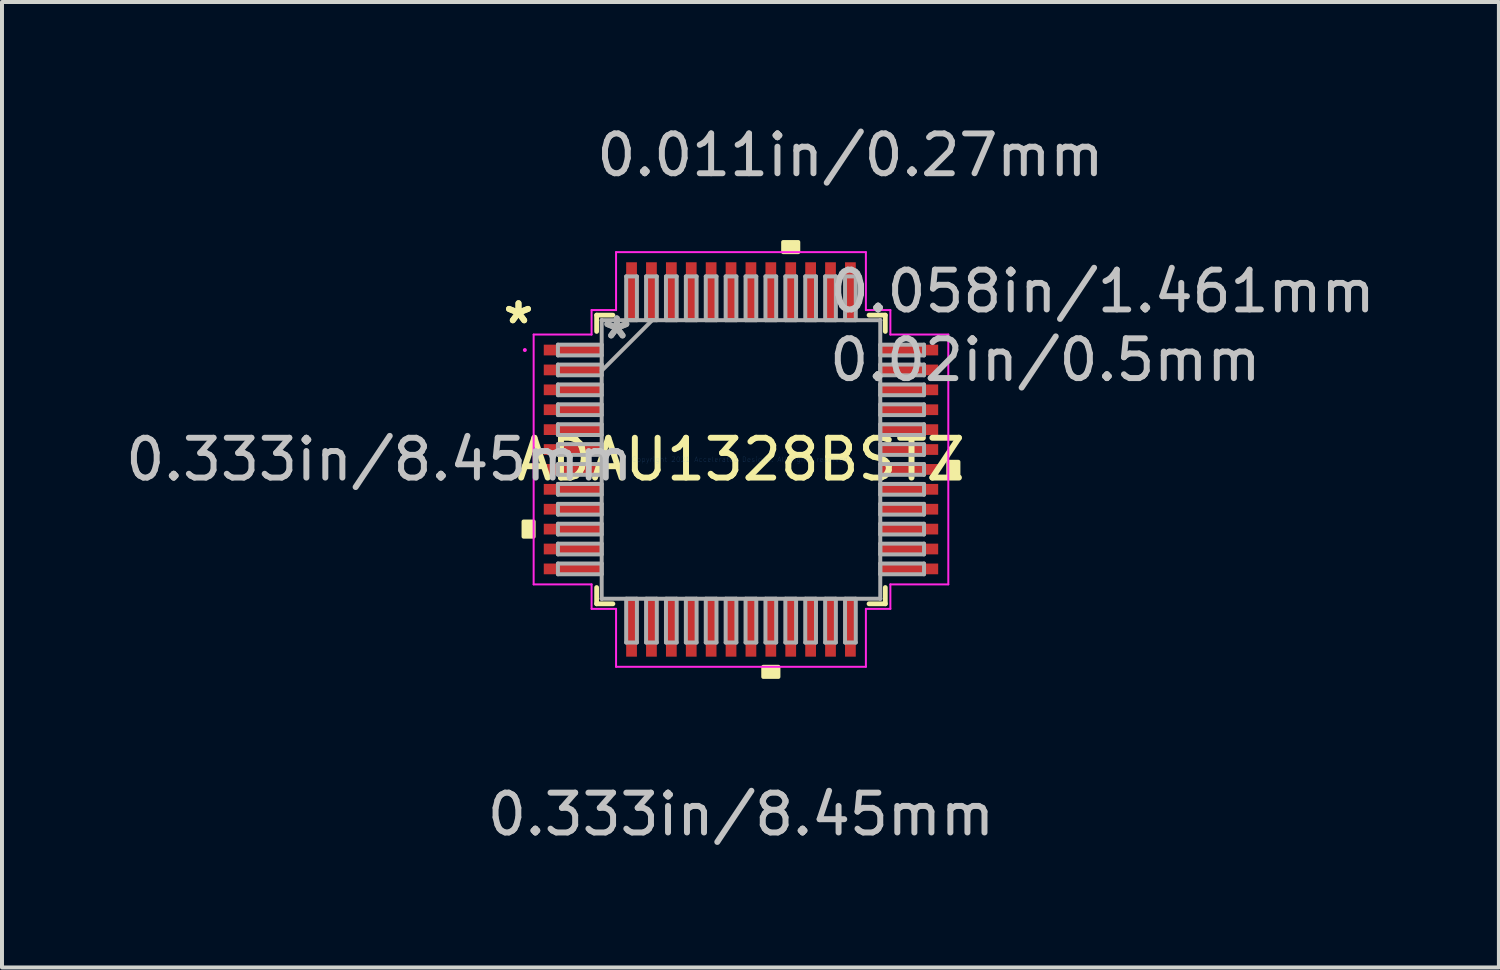
<source format=kicad_pcb>
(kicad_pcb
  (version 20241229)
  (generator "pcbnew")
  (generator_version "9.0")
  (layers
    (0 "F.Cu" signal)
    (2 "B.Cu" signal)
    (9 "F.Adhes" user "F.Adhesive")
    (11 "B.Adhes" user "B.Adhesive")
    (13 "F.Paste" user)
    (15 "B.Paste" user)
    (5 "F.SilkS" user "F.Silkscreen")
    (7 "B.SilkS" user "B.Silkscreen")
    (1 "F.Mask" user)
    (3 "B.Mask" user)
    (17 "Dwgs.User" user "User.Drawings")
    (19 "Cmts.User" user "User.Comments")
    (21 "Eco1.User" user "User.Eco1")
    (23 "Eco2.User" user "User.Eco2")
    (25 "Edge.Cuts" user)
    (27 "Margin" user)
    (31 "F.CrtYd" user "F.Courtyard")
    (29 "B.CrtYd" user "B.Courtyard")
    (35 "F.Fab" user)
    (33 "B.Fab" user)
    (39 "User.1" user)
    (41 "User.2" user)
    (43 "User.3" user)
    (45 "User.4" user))
  (footprint "ADAU1328BSTZ"
    (layer "F.Cu")
    (at 15.57 8.496)
    (property "Reference" "ADAU1328BSTZ" (at 0 0 0) (layer "F.SilkS") (effects (font (size 1 1) (thickness 0.15))))
    (attr through_hole)
    (fp_line (start -3.627 -3.627) (end -3.627 -3.218) (stroke (width 0.12) (type solid)) (layer "F.SilkS"))
    (fp_line (start -3.627 3.218) (end -3.627 3.627) (stroke (width 0.12) (type solid)) (layer "F.SilkS"))
    (fp_line (start -3.627 3.627) (end -3.218 3.627) (stroke (width 0.12) (type solid)) (layer "F.SilkS"))
    (fp_line (start -3.218 -3.627) (end -3.627 -3.627) (stroke (width 0.12) (type solid)) (layer "F.SilkS"))
    (fp_line (start 3.218 3.627) (end 3.627 3.627) (stroke (width 0.12) (type solid)) (layer "F.SilkS"))
    (fp_line (start 3.627 -3.627) (end 3.218 -3.627) (stroke (width 0.12) (type solid)) (layer "F.SilkS"))
    (fp_line (start 3.627 -3.218) (end 3.627 -3.627) (stroke (width 0.12) (type solid)) (layer "F.SilkS"))
    (fp_line (start 3.627 3.627) (end 3.627 3.218) (stroke (width 0.12) (type solid)) (layer "F.SilkS"))
    (fp_poly (pts (xy -5.464 1.559) (xy -5.464 1.94) (xy -5.21 1.94) (xy -5.21 1.559)) (stroke (width 0.1) (type solid)) (fill yes) (layer "F.SilkS"))
    (fp_poly (pts (xy 0.56 5.21) (xy 0.56 5.464) (xy 0.941 5.464) (xy 0.941 5.21)) (stroke (width 0.1) (type solid)) (fill yes) (layer "F.SilkS"))
    (fp_poly (pts (xy 1.06 -5.21) (xy 1.06 -5.464) (xy 1.44 -5.464) (xy 1.44 -5.21)) (stroke (width 0.1) (type solid)) (fill yes) (layer "F.SilkS"))
    (fp_poly (pts (xy 5.464 0.059) (xy 5.464 0.441) (xy 5.21 0.441) (xy 5.21 0.059)) (stroke (width 0.1) (type solid)) (fill yes) (layer "F.SilkS"))
    (fp_line (start -5.21 -3.139) (end -3.754 -3.139) (stroke (width 0.05) (type solid)) (layer "F.CrtYd"))
    (fp_line (start -5.21 3.139) (end -5.21 -3.139) (stroke (width 0.05) (type solid)) (layer "F.CrtYd"))
    (fp_line (start -3.754 -3.754) (end -3.139 -3.754) (stroke (width 0.05) (type solid)) (layer "F.CrtYd"))
    (fp_line (start -3.754 -3.139) (end -3.754 -3.754) (stroke (width 0.05) (type solid)) (layer "F.CrtYd"))
    (fp_line (start -3.754 3.139) (end -5.21 3.139) (stroke (width 0.05) (type solid)) (layer "F.CrtYd"))
    (fp_line (start -3.754 3.754) (end -3.754 3.139) (stroke (width 0.05) (type solid)) (layer "F.CrtYd"))
    (fp_line (start -3.139 -5.21) (end 3.139 -5.21) (stroke (width 0.05) (type solid)) (layer "F.CrtYd"))
    (fp_line (start -3.139 -3.754) (end -3.139 -5.21) (stroke (width 0.05) (type solid)) (layer "F.CrtYd"))
    (fp_line (start -3.139 3.754) (end -3.754 3.754) (stroke (width 0.05) (type solid)) (layer "F.CrtYd"))
    (fp_line (start -3.139 5.21) (end -3.139 3.754) (stroke (width 0.05) (type solid)) (layer "F.CrtYd"))
    (fp_line (start 3.139 -5.21) (end 3.139 -3.754) (stroke (width 0.05) (type solid)) (layer "F.CrtYd"))
    (fp_line (start 3.139 -3.754) (end 3.754 -3.754) (stroke (width 0.05) (type solid)) (layer "F.CrtYd"))
    (fp_line (start 3.139 3.754) (end 3.139 5.21) (stroke (width 0.05) (type solid)) (layer "F.CrtYd"))
    (fp_line (start 3.139 5.21) (end -3.139 5.21) (stroke (width 0.05) (type solid)) (layer "F.CrtYd"))
    (fp_line (start 3.754 -3.754) (end 3.754 -3.139) (stroke (width 0.05) (type solid)) (layer "F.CrtYd"))
    (fp_line (start 3.754 -3.139) (end 5.21 -3.139) (stroke (width 0.05) (type solid)) (layer "F.CrtYd"))
    (fp_line (start 3.754 3.139) (end 3.754 3.754) (stroke (width 0.05) (type solid)) (layer "F.CrtYd"))
    (fp_line (start 3.754 3.754) (end 3.139 3.754) (stroke (width 0.05) (type solid)) (layer "F.CrtYd"))
    (fp_line (start 5.21 -3.139) (end 5.21 3.139) (stroke (width 0.05) (type solid)) (layer "F.CrtYd"))
    (fp_line (start 5.21 3.139) (end 3.754 3.139) (stroke (width 0.05) (type solid)) (layer "F.CrtYd"))
    (fp_circle (center -5.431 -2.75) (end -5.431 -2.75) (stroke (width 0.05) (type solid)) (fill no) (layer "F.CrtYd"))
    (fp_line (start -4.6 -2.885) (end -4.6 -2.615) (stroke (width 0.1) (type solid)) (layer "F.Fab"))
    (fp_line (start -4.6 -2.615) (end -3.5 -2.615) (stroke (width 0.1) (type solid)) (layer "F.Fab"))
    (fp_line (start -4.6 -2.385) (end -4.6 -2.115) (stroke (width 0.1) (type solid)) (layer "F.Fab"))
    (fp_line (start -4.6 -2.115) (end -3.5 -2.115) (stroke (width 0.1) (type solid)) (layer "F.Fab"))
    (fp_line (start -4.6 -1.885) (end -4.6 -1.615) (stroke (width 0.1) (type solid)) (layer "F.Fab"))
    (fp_line (start -4.6 -1.615) (end -3.5 -1.615) (stroke (width 0.1) (type solid)) (layer "F.Fab"))
    (fp_line (start -4.6 -1.385) (end -4.6 -1.115) (stroke (width 0.1) (type solid)) (layer "F.Fab"))
    (fp_line (start -4.6 -1.115) (end -3.5 -1.115) (stroke (width 0.1) (type solid)) (layer "F.Fab"))
    (fp_line (start -4.6 -0.885) (end -4.6 -0.615) (stroke (width 0.1) (type solid)) (layer "F.Fab"))
    (fp_line (start -4.6 -0.615) (end -3.5 -0.615) (stroke (width 0.1) (type solid)) (layer "F.Fab"))
    (fp_line (start -4.6 -0.385) (end -4.6 -0.115) (stroke (width 0.1) (type solid)) (layer "F.Fab"))
    (fp_line (start -4.6 -0.115) (end -3.5 -0.115) (stroke (width 0.1) (type solid)) (layer "F.Fab"))
    (fp_line (start -4.6 0.115) (end -4.6 0.385) (stroke (width 0.1) (type solid)) (layer "F.Fab"))
    (fp_line (start -4.6 0.385) (end -3.5 0.385) (stroke (width 0.1) (type solid)) (layer "F.Fab"))
    (fp_line (start -4.6 0.615) (end -4.6 0.885) (stroke (width 0.1) (type solid)) (layer "F.Fab"))
    (fp_line (start -4.6 0.885) (end -3.5 0.885) (stroke (width 0.1) (type solid)) (layer "F.Fab"))
    (fp_line (start -4.6 1.115) (end -4.6 1.385) (stroke (width 0.1) (type solid)) (layer "F.Fab"))
    (fp_line (start -4.6 1.385) (end -3.5 1.385) (stroke (width 0.1) (type solid)) (layer "F.Fab"))
    (fp_line (start -4.6 1.615) (end -4.6 1.885) (stroke (width 0.1) (type solid)) (layer "F.Fab"))
    (fp_line (start -4.6 1.885) (end -3.5 1.885) (stroke (width 0.1) (type solid)) (layer "F.Fab"))
    (fp_line (start -4.6 2.115) (end -4.6 2.385) (stroke (width 0.1) (type solid)) (layer "F.Fab"))
    (fp_line (start -4.6 2.385) (end -3.5 2.385) (stroke (width 0.1) (type solid)) (layer "F.Fab"))
    (fp_line (start -4.6 2.615) (end -4.6 2.885) (stroke (width 0.1) (type solid)) (layer "F.Fab"))
    (fp_line (start -4.6 2.885) (end -3.5 2.885) (stroke (width 0.1) (type solid)) (layer "F.Fab"))
    (fp_line (start -3.5 -3.5) (end -3.5 -3.5) (stroke (width 0.1) (type solid)) (layer "F.Fab"))
    (fp_line (start -3.5 -3.5) (end -3.5 3.5) (stroke (width 0.1) (type solid)) (layer "F.Fab"))
    (fp_line (start -3.5 3.5) (end -3.5 3.5) (stroke (width 0.1) (type solid)) (layer "F.Fab"))
    (fp_line (start -3.5 3.5) (end 3.5 3.5) (stroke (width 0.1) (type solid)) (layer "F.Fab"))
    (fp_line (start -3.5 -2.885) (end -4.6 -2.885) (stroke (width 0.1) (type solid)) (layer "F.Fab"))
    (fp_line (start -3.5 -2.615) (end -3.5 -2.885) (stroke (width 0.1) (type solid)) (layer "F.Fab"))
    (fp_line (start -3.5 -2.385) (end -4.6 -2.385) (stroke (width 0.1) (type solid)) (layer "F.Fab"))
    (fp_line (start -3.5 -2.23) (end -2.23 -3.5) (stroke (width 0.1) (type solid)) (layer "F.Fab"))
    (fp_line (start -3.5 -2.115) (end -3.5 -2.385) (stroke (width 0.1) (type solid)) (layer "F.Fab"))
    (fp_line (start -3.5 -1.885) (end -4.6 -1.885) (stroke (width 0.1) (type solid)) (layer "F.Fab"))
    (fp_line (start -3.5 -1.615) (end -3.5 -1.885) (stroke (width 0.1) (type solid)) (layer "F.Fab"))
    (fp_line (start -3.5 -1.385) (end -4.6 -1.385) (stroke (width 0.1) (type solid)) (layer "F.Fab"))
    (fp_line (start -3.5 -1.115) (end -3.5 -1.385) (stroke (width 0.1) (type solid)) (layer "F.Fab"))
    (fp_line (start -3.5 -0.885) (end -4.6 -0.885) (stroke (width 0.1) (type solid)) (layer "F.Fab"))
    (fp_line (start -3.5 -0.615) (end -3.5 -0.885) (stroke (width 0.1) (type solid)) (layer "F.Fab"))
    (fp_line (start -3.5 -0.385) (end -4.6 -0.385) (stroke (width 0.1) (type solid)) (layer "F.Fab"))
    (fp_line (start -3.5 -0.115) (end -3.5 -0.385) (stroke (width 0.1) (type solid)) (layer "F.Fab"))
    (fp_line (start -3.5 0.115) (end -4.6 0.115) (stroke (width 0.1) (type solid)) (layer "F.Fab"))
    (fp_line (start -3.5 0.385) (end -3.5 0.115) (stroke (width 0.1) (type solid)) (layer "F.Fab"))
    (fp_line (start -3.5 0.615) (end -4.6 0.615) (stroke (width 0.1) (type solid)) (layer "F.Fab"))
    (fp_line (start -3.5 0.885) (end -3.5 0.615) (stroke (width 0.1) (type solid)) (layer "F.Fab"))
    (fp_line (start -3.5 1.115) (end -4.6 1.115) (stroke (width 0.1) (type solid)) (layer "F.Fab"))
    (fp_line (start -3.5 1.385) (end -3.5 1.115) (stroke (width 0.1) (type solid)) (layer "F.Fab"))
    (fp_line (start -3.5 1.615) (end -4.6 1.615) (stroke (width 0.1) (type solid)) (layer "F.Fab"))
    (fp_line (start -3.5 1.885) (end -3.5 1.615) (stroke (width 0.1) (type solid)) (layer "F.Fab"))
    (fp_line (start -3.5 2.115) (end -4.6 2.115) (stroke (width 0.1) (type solid)) (layer "F.Fab"))
    (fp_line (start -3.5 2.385) (end -3.5 2.115) (stroke (width 0.1) (type solid)) (layer "F.Fab"))
    (fp_line (start -3.5 2.615) (end -4.6 2.615) (stroke (width 0.1) (type solid)) (layer "F.Fab"))
    (fp_line (start -3.5 2.885) (end -3.5 2.615) (stroke (width 0.1) (type solid)) (layer "F.Fab"))
    (fp_line (start -2.885 -4.6) (end -2.885 -3.5) (stroke (width 0.1) (type solid)) (layer "F.Fab"))
    (fp_line (start -2.885 -3.5) (end -2.615 -3.5) (stroke (width 0.1) (type solid)) (layer "F.Fab"))
    (fp_line (start -2.885 3.5) (end -2.885 4.6) (stroke (width 0.1) (type solid)) (layer "F.Fab"))
    (fp_line (start -2.885 4.6) (end -2.615 4.6) (stroke (width 0.1) (type solid)) (layer "F.Fab"))
    (fp_line (start -2.615 -4.6) (end -2.885 -4.6) (stroke (width 0.1) (type solid)) (layer "F.Fab"))
    (fp_line (start -2.615 -3.5) (end -2.615 -4.6) (stroke (width 0.1) (type solid)) (layer "F.Fab"))
    (fp_line (start -2.615 3.5) (end -2.885 3.5) (stroke (width 0.1) (type solid)) (layer "F.Fab"))
    (fp_line (start -2.615 4.6) (end -2.615 3.5) (stroke (width 0.1) (type solid)) (layer "F.Fab"))
    (fp_line (start -2.385 -4.6) (end -2.385 -3.5) (stroke (width 0.1) (type solid)) (layer "F.Fab"))
    (fp_line (start -2.385 -3.5) (end -2.115 -3.5) (stroke (width 0.1) (type solid)) (layer "F.Fab"))
    (fp_line (start -2.385 3.5) (end -2.385 4.6) (stroke (width 0.1) (type solid)) (layer "F.Fab"))
    (fp_line (start -2.385 4.6) (end -2.115 4.6) (stroke (width 0.1) (type solid)) (layer "F.Fab"))
    (fp_line (start -2.115 -4.6) (end -2.385 -4.6) (stroke (width 0.1) (type solid)) (layer "F.Fab"))
    (fp_line (start -2.115 -3.5) (end -2.115 -4.6) (stroke (width 0.1) (type solid)) (layer "F.Fab"))
    (fp_line (start -2.115 3.5) (end -2.385 3.5) (stroke (width 0.1) (type solid)) (layer "F.Fab"))
    (fp_line (start -2.115 4.6) (end -2.115 3.5) (stroke (width 0.1) (type solid)) (layer "F.Fab"))
    (fp_line (start -1.885 -4.6) (end -1.885 -3.5) (stroke (width 0.1) (type solid)) (layer "F.Fab"))
    (fp_line (start -1.885 -3.5) (end -1.615 -3.5) (stroke (width 0.1) (type solid)) (layer "F.Fab"))
    (fp_line (start -1.885 3.5) (end -1.885 4.6) (stroke (width 0.1) (type solid)) (layer "F.Fab"))
    (fp_line (start -1.885 4.6) (end -1.615 4.6) (stroke (width 0.1) (type solid)) (layer "F.Fab"))
    (fp_line (start -1.615 -4.6) (end -1.885 -4.6) (stroke (width 0.1) (type solid)) (layer "F.Fab"))
    (fp_line (start -1.615 -3.5) (end -1.615 -4.6) (stroke (width 0.1) (type solid)) (layer "F.Fab"))
    (fp_line (start -1.615 3.5) (end -1.885 3.5) (stroke (width 0.1) (type solid)) (layer "F.Fab"))
    (fp_line (start -1.615 4.6) (end -1.615 3.5) (stroke (width 0.1) (type solid)) (layer "F.Fab"))
    (fp_line (start -1.385 -4.6) (end -1.385 -3.5) (stroke (width 0.1) (type solid)) (layer "F.Fab"))
    (fp_line (start -1.385 -3.5) (end -1.115 -3.5) (stroke (width 0.1) (type solid)) (layer "F.Fab"))
    (fp_line (start -1.385 3.5) (end -1.385 4.6) (stroke (width 0.1) (type solid)) (layer "F.Fab"))
    (fp_line (start -1.385 4.6) (end -1.115 4.6) (stroke (width 0.1) (type solid)) (layer "F.Fab"))
    (fp_line (start -1.115 -4.6) (end -1.385 -4.6) (stroke (width 0.1) (type solid)) (layer "F.Fab"))
    (fp_line (start -1.115 -3.5) (end -1.115 -4.6) (stroke (width 0.1) (type solid)) (layer "F.Fab"))
    (fp_line (start -1.115 3.5) (end -1.385 3.5) (stroke (width 0.1) (type solid)) (layer "F.Fab"))
    (fp_line (start -1.115 4.6) (end -1.115 3.5) (stroke (width 0.1) (type solid)) (layer "F.Fab"))
    (fp_line (start -0.885 -4.6) (end -0.885 -3.5) (stroke (width 0.1) (type solid)) (layer "F.Fab"))
    (fp_line (start -0.885 -3.5) (end -0.615 -3.5) (stroke (width 0.1) (type solid)) (layer "F.Fab"))
    (fp_line (start -0.885 3.5) (end -0.885 4.6) (stroke (width 0.1) (type solid)) (layer "F.Fab"))
    (fp_line (start -0.885 4.6) (end -0.615 4.6) (stroke (width 0.1) (type solid)) (layer "F.Fab"))
    (fp_line (start -0.615 -4.6) (end -0.885 -4.6) (stroke (width 0.1) (type solid)) (layer "F.Fab"))
    (fp_line (start -0.615 -3.5) (end -0.615 -4.6) (stroke (width 0.1) (type solid)) (layer "F.Fab"))
    (fp_line (start -0.615 3.5) (end -0.885 3.5) (stroke (width 0.1) (type solid)) (layer "F.Fab"))
    (fp_line (start -0.615 4.6) (end -0.615 3.5) (stroke (width 0.1) (type solid)) (layer "F.Fab"))
    (fp_line (start -0.385 -4.6) (end -0.385 -3.5) (stroke (width 0.1) (type solid)) (layer "F.Fab"))
    (fp_line (start -0.385 -3.5) (end -0.115 -3.5) (stroke (width 0.1) (type solid)) (layer "F.Fab"))
    (fp_line (start -0.385 3.5) (end -0.385 4.6) (stroke (width 0.1) (type solid)) (layer "F.Fab"))
    (fp_line (start -0.385 4.6) (end -0.115 4.6) (stroke (width 0.1) (type solid)) (layer "F.Fab"))
    (fp_line (start -0.115 -4.6) (end -0.385 -4.6) (stroke (width 0.1) (type solid)) (layer "F.Fab"))
    (fp_line (start -0.115 -3.5) (end -0.115 -4.6) (stroke (width 0.1) (type solid)) (layer "F.Fab"))
    (fp_line (start -0.115 3.5) (end -0.385 3.5) (stroke (width 0.1) (type solid)) (layer "F.Fab"))
    (fp_line (start -0.115 4.6) (end -0.115 3.5) (stroke (width 0.1) (type solid)) (layer "F.Fab"))
    (fp_line (start 0.115 -4.6) (end 0.115 -3.5) (stroke (width 0.1) (type solid)) (layer "F.Fab"))
    (fp_line (start 0.115 -3.5) (end 0.385 -3.5) (stroke (width 0.1) (type solid)) (layer "F.Fab"))
    (fp_line (start 0.115 3.5) (end 0.115 4.6) (stroke (width 0.1) (type solid)) (layer "F.Fab"))
    (fp_line (start 0.115 4.6) (end 0.385 4.6) (stroke (width 0.1) (type solid)) (layer "F.Fab"))
    (fp_line (start 0.385 -4.6) (end 0.115 -4.6) (stroke (width 0.1) (type solid)) (layer "F.Fab"))
    (fp_line (start 0.385 -3.5) (end 0.385 -4.6) (stroke (width 0.1) (type solid)) (layer "F.Fab"))
    (fp_line (start 0.385 3.5) (end 0.115 3.5) (stroke (width 0.1) (type solid)) (layer "F.Fab"))
    (fp_line (start 0.385 4.6) (end 0.385 3.5) (stroke (width 0.1) (type solid)) (layer "F.Fab"))
    (fp_line (start 0.615 -4.6) (end 0.615 -3.5) (stroke (width 0.1) (type solid)) (layer "F.Fab"))
    (fp_line (start 0.615 -3.5) (end 0.885 -3.5) (stroke (width 0.1) (type solid)) (layer "F.Fab"))
    (fp_line (start 0.615 3.5) (end 0.615 4.6) (stroke (width 0.1) (type solid)) (layer "F.Fab"))
    (fp_line (start 0.615 4.6) (end 0.885 4.6) (stroke (width 0.1) (type solid)) (layer "F.Fab"))
    (fp_line (start 0.885 -4.6) (end 0.615 -4.6) (stroke (width 0.1) (type solid)) (layer "F.Fab"))
    (fp_line (start 0.885 -3.5) (end 0.885 -4.6) (stroke (width 0.1) (type solid)) (layer "F.Fab"))
    (fp_line (start 0.885 3.5) (end 0.615 3.5) (stroke (width 0.1) (type solid)) (layer "F.Fab"))
    (fp_line (start 0.885 4.6) (end 0.885 3.5) (stroke (width 0.1) (type solid)) (layer "F.Fab"))
    (fp_line (start 1.115 -4.6) (end 1.115 -3.5) (stroke (width 0.1) (type solid)) (layer "F.Fab"))
    (fp_line (start 1.115 -3.5) (end 1.385 -3.5) (stroke (width 0.1) (type solid)) (layer "F.Fab"))
    (fp_line (start 1.115 3.5) (end 1.115 4.6) (stroke (width 0.1) (type solid)) (layer "F.Fab"))
    (fp_line (start 1.115 4.6) (end 1.385 4.6) (stroke (width 0.1) (type solid)) (layer "F.Fab"))
    (fp_line (start 1.385 -4.6) (end 1.115 -4.6) (stroke (width 0.1) (type solid)) (layer "F.Fab"))
    (fp_line (start 1.385 -3.5) (end 1.385 -4.6) (stroke (width 0.1) (type solid)) (layer "F.Fab"))
    (fp_line (start 1.385 3.5) (end 1.115 3.5) (stroke (width 0.1) (type solid)) (layer "F.Fab"))
    (fp_line (start 1.385 4.6) (end 1.385 3.5) (stroke (width 0.1) (type solid)) (layer "F.Fab"))
    (fp_line (start 1.615 -4.6) (end 1.615 -3.5) (stroke (width 0.1) (type solid)) (layer "F.Fab"))
    (fp_line (start 1.615 -3.5) (end 1.885 -3.5) (stroke (width 0.1) (type solid)) (layer "F.Fab"))
    (fp_line (start 1.615 3.5) (end 1.615 4.6) (stroke (width 0.1) (type solid)) (layer "F.Fab"))
    (fp_line (start 1.615 4.6) (end 1.885 4.6) (stroke (width 0.1) (type solid)) (layer "F.Fab"))
    (fp_line (start 1.885 -4.6) (end 1.615 -4.6) (stroke (width 0.1) (type solid)) (layer "F.Fab"))
    (fp_line (start 1.885 -3.5) (end 1.885 -4.6) (stroke (width 0.1) (type solid)) (layer "F.Fab"))
    (fp_line (start 1.885 3.5) (end 1.615 3.5) (stroke (width 0.1) (type solid)) (layer "F.Fab"))
    (fp_line (start 1.885 4.6) (end 1.885 3.5) (stroke (width 0.1) (type solid)) (layer "F.Fab"))
    (fp_line (start 2.115 -4.6) (end 2.115 -3.5) (stroke (width 0.1) (type solid)) (layer "F.Fab"))
    (fp_line (start 2.115 -3.5) (end 2.385 -3.5) (stroke (width 0.1) (type solid)) (layer "F.Fab"))
    (fp_line (start 2.115 3.5) (end 2.115 4.6) (stroke (width 0.1) (type solid)) (layer "F.Fab"))
    (fp_line (start 2.115 4.6) (end 2.385 4.6) (stroke (width 0.1) (type solid)) (layer "F.Fab"))
    (fp_line (start 2.385 -4.6) (end 2.115 -4.6) (stroke (width 0.1) (type solid)) (layer "F.Fab"))
    (fp_line (start 2.385 -3.5) (end 2.385 -4.6) (stroke (width 0.1) (type solid)) (layer "F.Fab"))
    (fp_line (start 2.385 3.5) (end 2.115 3.5) (stroke (width 0.1) (type solid)) (layer "F.Fab"))
    (fp_line (start 2.385 4.6) (end 2.385 3.5) (stroke (width 0.1) (type solid)) (layer "F.Fab"))
    (fp_line (start 2.615 -4.6) (end 2.615 -3.5) (stroke (width 0.1) (type solid)) (layer "F.Fab"))
    (fp_line (start 2.615 -3.5) (end 2.885 -3.5) (stroke (width 0.1) (type solid)) (layer "F.Fab"))
    (fp_line (start 2.615 3.5) (end 2.615 4.6) (stroke (width 0.1) (type solid)) (layer "F.Fab"))
    (fp_line (start 2.615 4.6) (end 2.885 4.6) (stroke (width 0.1) (type solid)) (layer "F.Fab"))
    (fp_line (start 2.885 -4.6) (end 2.615 -4.6) (stroke (width 0.1) (type solid)) (layer "F.Fab"))
    (fp_line (start 2.885 -3.5) (end 2.885 -4.6) (stroke (width 0.1) (type solid)) (layer "F.Fab"))
    (fp_line (start 2.885 3.5) (end 2.615 3.5) (stroke (width 0.1) (type solid)) (layer "F.Fab"))
    (fp_line (start 2.885 4.6) (end 2.885 3.5) (stroke (width 0.1) (type solid)) (layer "F.Fab"))
    (fp_line (start 3.5 -2.885) (end 3.5 -2.615) (stroke (width 0.1) (type solid)) (layer "F.Fab"))
    (fp_line (start 3.5 -2.615) (end 4.6 -2.615) (stroke (width 0.1) (type solid)) (layer "F.Fab"))
    (fp_line (start 3.5 -2.385) (end 3.5 -2.115) (stroke (width 0.1) (type solid)) (layer "F.Fab"))
    (fp_line (start 3.5 -2.115) (end 4.6 -2.115) (stroke (width 0.1) (type solid)) (layer "F.Fab"))
    (fp_line (start 3.5 -1.885) (end 3.5 -1.615) (stroke (width 0.1) (type solid)) (layer "F.Fab"))
    (fp_line (start 3.5 -1.615) (end 4.6 -1.615) (stroke (width 0.1) (type solid)) (layer "F.Fab"))
    (fp_line (start 3.5 -1.385) (end 3.5 -1.115) (stroke (width 0.1) (type solid)) (layer "F.Fab"))
    (fp_line (start 3.5 -1.115) (end 4.6 -1.115) (stroke (width 0.1) (type solid)) (layer "F.Fab"))
    (fp_line (start 3.5 -0.885) (end 3.5 -0.615) (stroke (width 0.1) (type solid)) (layer "F.Fab"))
    (fp_line (start 3.5 -0.615) (end 4.6 -0.615) (stroke (width 0.1) (type solid)) (layer "F.Fab"))
    (fp_line (start 3.5 -0.385) (end 3.5 -0.115) (stroke (width 0.1) (type solid)) (layer "F.Fab"))
    (fp_line (start 3.5 -0.115) (end 4.6 -0.115) (stroke (width 0.1) (type solid)) (layer "F.Fab"))
    (fp_line (start 3.5 0.115) (end 3.5 0.385) (stroke (width 0.1) (type solid)) (layer "F.Fab"))
    (fp_line (start 3.5 0.385) (end 4.6 0.385) (stroke (width 0.1) (type solid)) (layer "F.Fab"))
    (fp_line (start 3.5 0.615) (end 3.5 0.885) (stroke (width 0.1) (type solid)) (layer "F.Fab"))
    (fp_line (start 3.5 0.885) (end 4.6 0.885) (stroke (width 0.1) (type solid)) (layer "F.Fab"))
    (fp_line (start 3.5 1.115) (end 3.5 1.385) (stroke (width 0.1) (type solid)) (layer "F.Fab"))
    (fp_line (start 3.5 1.385) (end 4.6 1.385) (stroke (width 0.1) (type solid)) (layer "F.Fab"))
    (fp_line (start 3.5 1.615) (end 3.5 1.885) (stroke (width 0.1) (type solid)) (layer "F.Fab"))
    (fp_line (start 3.5 1.885) (end 4.6 1.885) (stroke (width 0.1) (type solid)) (layer "F.Fab"))
    (fp_line (start 3.5 2.115) (end 3.5 2.385) (stroke (width 0.1) (type solid)) (layer "F.Fab"))
    (fp_line (start 3.5 2.385) (end 4.6 2.385) (stroke (width 0.1) (type solid)) (layer "F.Fab"))
    (fp_line (start 3.5 2.615) (end 3.5 2.885) (stroke (width 0.1) (type solid)) (layer "F.Fab"))
    (fp_line (start 3.5 2.885) (end 4.6 2.885) (stroke (width 0.1) (type solid)) (layer "F.Fab"))
    (fp_line (start 3.5 -3.5) (end -3.5 -3.5) (stroke (width 0.1) (type solid)) (layer "F.Fab"))
    (fp_line (start 3.5 -3.5) (end 3.5 -3.5) (stroke (width 0.1) (type solid)) (layer "F.Fab"))
    (fp_line (start 3.5 3.5) (end 3.5 -3.5) (stroke (width 0.1) (type solid)) (layer "F.Fab"))
    (fp_line (start 3.5 3.5) (end 3.5 3.5) (stroke (width 0.1) (type solid)) (layer "F.Fab"))
    (fp_line (start 4.6 -2.885) (end 3.5 -2.885) (stroke (width 0.1) (type solid)) (layer "F.Fab"))
    (fp_line (start 4.6 -2.615) (end 4.6 -2.885) (stroke (width 0.1) (type solid)) (layer "F.Fab"))
    (fp_line (start 4.6 -2.385) (end 3.5 -2.385) (stroke (width 0.1) (type solid)) (layer "F.Fab"))
    (fp_line (start 4.6 -2.115) (end 4.6 -2.385) (stroke (width 0.1) (type solid)) (layer "F.Fab"))
    (fp_line (start 4.6 -1.885) (end 3.5 -1.885) (stroke (width 0.1) (type solid)) (layer "F.Fab"))
    (fp_line (start 4.6 -1.615) (end 4.6 -1.885) (stroke (width 0.1) (type solid)) (layer "F.Fab"))
    (fp_line (start 4.6 -1.385) (end 3.5 -1.385) (stroke (width 0.1) (type solid)) (layer "F.Fab"))
    (fp_line (start 4.6 -1.115) (end 4.6 -1.385) (stroke (width 0.1) (type solid)) (layer "F.Fab"))
    (fp_line (start 4.6 -0.885) (end 3.5 -0.885) (stroke (width 0.1) (type solid)) (layer "F.Fab"))
    (fp_line (start 4.6 -0.615) (end 4.6 -0.885) (stroke (width 0.1) (type solid)) (layer "F.Fab"))
    (fp_line (start 4.6 -0.385) (end 3.5 -0.385) (stroke (width 0.1) (type solid)) (layer "F.Fab"))
    (fp_line (start 4.6 -0.115) (end 4.6 -0.385) (stroke (width 0.1) (type solid)) (layer "F.Fab"))
    (fp_line (start 4.6 0.115) (end 3.5 0.115) (stroke (width 0.1) (type solid)) (layer "F.Fab"))
    (fp_line (start 4.6 0.385) (end 4.6 0.115) (stroke (width 0.1) (type solid)) (layer "F.Fab"))
    (fp_line (start 4.6 0.615) (end 3.5 0.615) (stroke (width 0.1) (type solid)) (layer "F.Fab"))
    (fp_line (start 4.6 0.885) (end 4.6 0.615) (stroke (width 0.1) (type solid)) (layer "F.Fab"))
    (fp_line (start 4.6 1.115) (end 3.5 1.115) (stroke (width 0.1) (type solid)) (layer "F.Fab"))
    (fp_line (start 4.6 1.385) (end 4.6 1.115) (stroke (width 0.1) (type solid)) (layer "F.Fab"))
    (fp_line (start 4.6 1.615) (end 3.5 1.615) (stroke (width 0.1) (type solid)) (layer "F.Fab"))
    (fp_line (start 4.6 1.885) (end 4.6 1.615) (stroke (width 0.1) (type solid)) (layer "F.Fab"))
    (fp_line (start 4.6 2.115) (end 3.5 2.115) (stroke (width 0.1) (type solid)) (layer "F.Fab"))
    (fp_line (start 4.6 2.385) (end 4.6 2.115) (stroke (width 0.1) (type solid)) (layer "F.Fab"))
    (fp_line (start 4.6 2.615) (end 3.5 2.615) (stroke (width 0.1) (type solid)) (layer "F.Fab"))
    (fp_line (start 4.6 2.885) (end 4.6 2.615) (stroke (width 0.1) (type solid)) (layer "F.Fab"))
    (fp_text user "*" (at -5.591 -3.381 0) (layer "F.SilkS") (effects (font (size 1 1) (thickness 0.15))))
    (fp_text user "*" (at -5.591 -3.381 0) (layer "F.SilkS") (effects (font (size 1 1) (thickness 0.15))))
    (fp_text user "0.011in/0.27mm" (at 2.75 -7.648 0) (layer "Dwgs.User") (effects (font (size 1 1) (thickness 0.15))))
    (fp_text user "0.02in/0.5mm" (at 7.648 -2.5 0) (layer "Dwgs.User") (effects (font (size 1 1) (thickness 0.15))))
    (fp_text user "0.333in/8.45mm" (at -9.088 0 0) (layer "Dwgs.User") (effects (font (size 1 1) (thickness 0.15))))
    (fp_text user "0.058in/1.461mm" (at 9.088 -4.225 0) (layer "Dwgs.User") (effects (font (size 1 1) (thickness 0.15))))
    (fp_text user "0.333in/8.45mm" (at 0 8.918 0) (layer "Dwgs.User") (effects (font (size 1 1) (thickness 0.15))))
    (fp_text user "Copyright 2021 Accelerated Designs. All rights reserved." (at 0 0 0) (layer "Cmts.User") (effects (font (size 0.127 0.127) (thickness 0.002))))
    (fp_text user "*" (at -3.119 -3 0) (layer "F.Fab") (effects (font (size 1 1) (thickness 0.15))))
    (fp_text user "*" (at -3.119 -3 0) (layer "F.Fab") (effects (font (size 1 1) (thickness 0.15))))
    (pad "1" smd rect (at -4.225 -2.75 90) (size 0.27 1.461) (layers "F.Cu" "F.Mask" "F.Paste"))
    (pad "2" smd rect (at -4.225 -2.25 90) (size 0.27 1.461) (layers "F.Cu" "F.Mask" "F.Paste"))
    (pad "3" smd rect (at -4.225 -1.75 90) (size 0.27 1.461) (layers "F.Cu" "F.Mask" "F.Paste"))
    (pad "4" smd rect (at -4.225 -1.25 90) (size 0.27 1.461) (layers "F.Cu" "F.Mask" "F.Paste"))
    (pad "5" smd rect (at -4.225 -0.75 90) (size 0.27 1.461) (layers "F.Cu" "F.Mask" "F.Paste"))
    (pad "6" smd rect (at -4.225 -0.25 90) (size 0.27 1.461) (layers "F.Cu" "F.Mask" "F.Paste"))
    (pad "7" smd rect (at -4.225 0.25 90) (size 0.27 1.461) (layers "F.Cu" "F.Mask" "F.Paste"))
    (pad "8" smd rect (at -4.225 0.75 90) (size 0.27 1.461) (layers "F.Cu" "F.Mask" "F.Paste"))
    (pad "9" smd rect (at -4.225 1.25 90) (size 0.27 1.461) (layers "F.Cu" "F.Mask" "F.Paste"))
    (pad "10" smd rect (at -4.225 1.75 90) (size 0.27 1.461) (layers "F.Cu" "F.Mask" "F.Paste"))
    (pad "11" smd rect (at -4.225 2.25 90) (size 0.27 1.461) (layers "F.Cu" "F.Mask" "F.Paste"))
    (pad "12" smd rect (at -4.225 2.75 90) (size 0.27 1.461) (layers "F.Cu" "F.Mask" "F.Paste"))
    (pad "13" smd rect (at -2.75 4.225) (size 0.27 1.461) (layers "F.Cu" "F.Mask" "F.Paste"))
    (pad "14" smd rect (at -2.25 4.225) (size 0.27 1.461) (layers "F.Cu" "F.Mask" "F.Paste"))
    (pad "15" smd rect (at -1.75 4.225) (size 0.27 1.461) (layers "F.Cu" "F.Mask" "F.Paste"))
    (pad "16" smd rect (at -1.25 4.225) (size 0.27 1.461) (layers "F.Cu" "F.Mask" "F.Paste"))
    (pad "17" smd rect (at -0.75 4.225) (size 0.27 1.461) (layers "F.Cu" "F.Mask" "F.Paste"))
    (pad "18" smd rect (at -0.25 4.225) (size 0.27 1.461) (layers "F.Cu" "F.Mask" "F.Paste"))
    (pad "19" smd rect (at 0.25 4.225) (size 0.27 1.461) (layers "F.Cu" "F.Mask" "F.Paste"))
    (pad "20" smd rect (at 0.75 4.225) (size 0.27 1.461) (layers "F.Cu" "F.Mask" "F.Paste"))
    (pad "21" smd rect (at 1.25 4.225) (size 0.27 1.461) (layers "F.Cu" "F.Mask" "F.Paste"))
    (pad "22" smd rect (at 1.75 4.225) (size 0.27 1.461) (layers "F.Cu" "F.Mask" "F.Paste"))
    (pad "23" smd rect (at 2.25 4.225) (size 0.27 1.461) (layers "F.Cu" "F.Mask" "F.Paste"))
    (pad "24" smd rect (at 2.75 4.225) (size 0.27 1.461) (layers "F.Cu" "F.Mask" "F.Paste"))
    (pad "25" smd rect (at 4.225 2.75 90) (size 0.27 1.461) (layers "F.Cu" "F.Mask" "F.Paste"))
    (pad "26" smd rect (at 4.225 2.25 90) (size 0.27 1.461) (layers "F.Cu" "F.Mask" "F.Paste"))
    (pad "27" smd rect (at 4.225 1.75 90) (size 0.27 1.461) (layers "F.Cu" "F.Mask" "F.Paste"))
    (pad "28" smd rect (at 4.225 1.25 90) (size 0.27 1.461) (layers "F.Cu" "F.Mask" "F.Paste"))
    (pad "29" smd rect (at 4.225 0.75 90) (size 0.27 1.461) (layers "F.Cu" "F.Mask" "F.Paste"))
    (pad "30" smd rect (at 4.225 0.25 90) (size 0.27 1.461) (layers "F.Cu" "F.Mask" "F.Paste"))
    (pad "31" smd rect (at 4.225 -0.25 90) (size 0.27 1.461) (layers "F.Cu" "F.Mask" "F.Paste"))
    (pad "32" smd rect (at 4.225 -0.75 90) (size 0.27 1.461) (layers "F.Cu" "F.Mask" "F.Paste"))
    (pad "33" smd rect (at 4.225 -1.25 90) (size 0.27 1.461) (layers "F.Cu" "F.Mask" "F.Paste"))
    (pad "34" smd rect (at 4.225 -1.75 90) (size 0.27 1.461) (layers "F.Cu" "F.Mask" "F.Paste"))
    (pad "35" smd rect (at 4.225 -2.25 90) (size 0.27 1.461) (layers "F.Cu" "F.Mask" "F.Paste"))
    (pad "36" smd rect (at 4.225 -2.75 90) (size 0.27 1.461) (layers "F.Cu" "F.Mask" "F.Paste"))
    (pad "37" smd rect (at 2.75 -4.225) (size 0.27 1.461) (layers "F.Cu" "F.Mask" "F.Paste"))
    (pad "38" smd rect (at 2.25 -4.225) (size 0.27 1.461) (layers "F.Cu" "F.Mask" "F.Paste"))
    (pad "39" smd rect (at 1.75 -4.225) (size 0.27 1.461) (layers "F.Cu" "F.Mask" "F.Paste"))
    (pad "40" smd rect (at 1.25 -4.225) (size 0.27 1.461) (layers "F.Cu" "F.Mask" "F.Paste"))
    (pad "41" smd rect (at 0.75 -4.225) (size 0.27 1.461) (layers "F.Cu" "F.Mask" "F.Paste"))
    (pad "42" smd rect (at 0.25 -4.225) (size 0.27 1.461) (layers "F.Cu" "F.Mask" "F.Paste"))
    (pad "43" smd rect (at -0.25 -4.225) (size 0.27 1.461) (layers "F.Cu" "F.Mask" "F.Paste"))
    (pad "44" smd rect (at -0.75 -4.225) (size 0.27 1.461) (layers "F.Cu" "F.Mask" "F.Paste"))
    (pad "45" smd rect (at -1.25 -4.225) (size 0.27 1.461) (layers "F.Cu" "F.Mask" "F.Paste"))
    (pad "46" smd rect (at -1.75 -4.225) (size 0.27 1.461) (layers "F.Cu" "F.Mask" "F.Paste"))
    (pad "47" smd rect (at -2.25 -4.225) (size 0.27 1.461) (layers "F.Cu" "F.Mask" "F.Paste"))
    (pad "48" smd rect (at -2.75 -4.225) (size 0.27 1.461) (layers "F.Cu" "F.Mask" "F.Paste")))
  (gr_rect
    (start -3 -3)
    (end 34.616 21.262)
    (stroke (width 0.1) (type default))
    (fill no)
    (layer "Edge.Cuts")))
</source>
